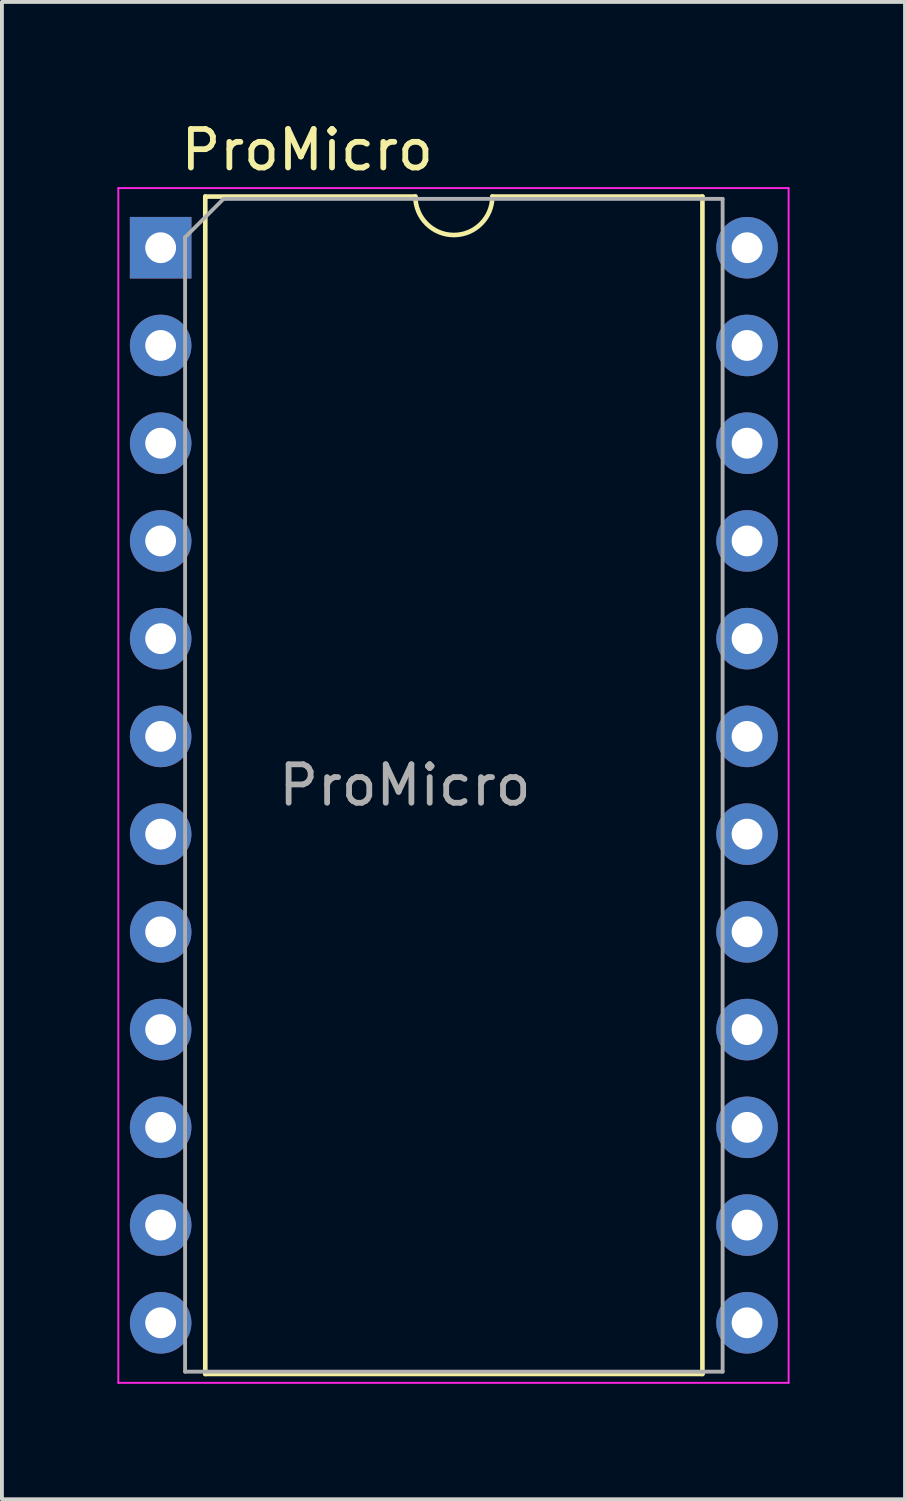
<source format=kicad_pcb>
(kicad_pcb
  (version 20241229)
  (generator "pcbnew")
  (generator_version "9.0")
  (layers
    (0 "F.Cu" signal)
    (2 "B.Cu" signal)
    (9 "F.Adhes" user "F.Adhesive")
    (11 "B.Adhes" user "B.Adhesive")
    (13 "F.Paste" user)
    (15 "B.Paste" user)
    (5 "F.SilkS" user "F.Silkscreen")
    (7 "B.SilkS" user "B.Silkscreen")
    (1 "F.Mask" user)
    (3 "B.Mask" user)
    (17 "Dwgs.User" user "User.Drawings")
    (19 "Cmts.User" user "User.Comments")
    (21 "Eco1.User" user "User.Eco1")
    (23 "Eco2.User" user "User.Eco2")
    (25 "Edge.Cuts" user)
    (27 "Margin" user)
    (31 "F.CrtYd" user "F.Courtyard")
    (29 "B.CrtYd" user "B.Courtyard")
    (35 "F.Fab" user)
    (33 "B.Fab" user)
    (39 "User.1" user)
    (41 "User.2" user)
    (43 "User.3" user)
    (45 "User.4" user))
  (footprint "ProMicro"
    (layer "F.Cu")
    (at 8.745 16.088)
    (property "Reference" "ProMicro" (at -3.81 -15.24 0) (layer "F.SilkS") (effects (font (size 1 1) (thickness 0.15))))
    (attr through_hole)
    (fp_line (start -6.46 -14.03) (end -6.46 16.57) (stroke (width 0.12) (type solid)) (layer "F.SilkS"))
    (fp_line (start -6.46 16.57) (end 6.46 16.57) (stroke (width 0.12) (type solid)) (layer "F.SilkS"))
    (fp_line (start -1 -14.03) (end -6.46 -14.03) (stroke (width 0.12) (type solid)) (layer "F.SilkS"))
    (fp_line (start 6.46 -14.03) (end 1 -14.03) (stroke (width 0.12) (type solid)) (layer "F.SilkS"))
    (fp_line (start 6.46 16.57) (end 6.46 -14.03) (stroke (width 0.12) (type solid)) (layer "F.SilkS"))
    (fp_arc (start 1 -14.03) (mid 0 -13.03) (end -1 -14.03) (stroke (width 0.12) (type solid)) (layer "F.SilkS"))
    (fp_line (start -8.72 -14.25) (end -8.72 16.8) (stroke (width 0.05) (type solid)) (layer "F.CrtYd"))
    (fp_line (start -8.72 16.8) (end 8.7 16.8) (stroke (width 0.05) (type solid)) (layer "F.CrtYd"))
    (fp_line (start 8.7 -14.25) (end -8.72 -14.25) (stroke (width 0.05) (type solid)) (layer "F.CrtYd"))
    (fp_line (start 8.7 16.8) (end 8.7 -14.25) (stroke (width 0.05) (type solid)) (layer "F.CrtYd"))
    (fp_line (start -6.985 -12.97) (end -5.985 -13.97) (stroke (width 0.1) (type solid)) (layer "F.Fab"))
    (fp_line (start -6.985 16.51) (end -6.985 -12.97) (stroke (width 0.1) (type solid)) (layer "F.Fab"))
    (fp_line (start -5.985 -13.97) (end 6.985 -13.97) (stroke (width 0.1) (type solid)) (layer "F.Fab"))
    (fp_line (start 6.985 -13.97) (end 6.985 16.51) (stroke (width 0.1) (type solid)) (layer "F.Fab"))
    (fp_line (start 6.985 16.51) (end -6.985 16.51) (stroke (width 0.1) (type solid)) (layer "F.Fab"))
    (fp_text user "${REFERENCE}" (at -1.27 1.27 0) (layer "F.Fab") (effects (font (size 1 1) (thickness 0.15))))
    (pad "1" thru_hole rect (at -7.62 -12.7) (size 1.6 1.6) (drill 0.8) (layers "*.Cu" "*.Mask"))
    (pad "2" thru_hole oval (at -7.62 -10.16) (size 1.6 1.6) (drill 0.8) (layers "*.Cu" "*.Mask"))
    (pad "3" thru_hole oval (at -7.62 -7.62) (size 1.6 1.6) (drill 0.8) (layers "*.Cu" "*.Mask"))
    (pad "4" thru_hole oval (at -7.62 -5.08) (size 1.6 1.6) (drill 0.8) (layers "*.Cu" "*.Mask"))
    (pad "5" thru_hole oval (at -7.62 -2.54) (size 1.6 1.6) (drill 0.8) (layers "*.Cu" "*.Mask"))
    (pad "6" thru_hole oval (at -7.62 0) (size 1.6 1.6) (drill 0.8) (layers "*.Cu" "*.Mask"))
    (pad "7" thru_hole oval (at -7.62 2.54) (size 1.6 1.6) (drill 0.8) (layers "*.Cu" "*.Mask"))
    (pad "8" thru_hole oval (at -7.62 5.08) (size 1.6 1.6) (drill 0.8) (layers "*.Cu" "*.Mask"))
    (pad "9" thru_hole oval (at -7.62 7.62) (size 1.6 1.6) (drill 0.8) (layers "*.Cu" "*.Mask"))
    (pad "10" thru_hole oval (at -7.62 10.16) (size 1.6 1.6) (drill 0.8) (layers "*.Cu" "*.Mask"))
    (pad "11" thru_hole oval (at -7.62 12.7) (size 1.6 1.6) (drill 0.8) (layers "*.Cu" "*.Mask"))
    (pad "12" thru_hole oval (at -7.62 15.24) (size 1.6 1.6) (drill 0.8) (layers "*.Cu" "*.Mask"))
    (pad "13" thru_hole oval (at 7.62 15.24) (size 1.6 1.6) (drill 0.8) (layers "*.Cu" "*.Mask"))
    (pad "14" thru_hole oval (at 7.62 12.7) (size 1.6 1.6) (drill 0.8) (layers "*.Cu" "*.Mask"))
    (pad "15" thru_hole oval (at 7.62 10.16) (size 1.6 1.6) (drill 0.8) (layers "*.Cu" "*.Mask"))
    (pad "16" thru_hole oval (at 7.62 7.62) (size 1.6 1.6) (drill 0.8) (layers "*.Cu" "*.Mask"))
    (pad "17" thru_hole oval (at 7.62 5.08) (size 1.6 1.6) (drill 0.8) (layers "*.Cu" "*.Mask"))
    (pad "18" thru_hole oval (at 7.62 2.54) (size 1.6 1.6) (drill 0.8) (layers "*.Cu" "*.Mask"))
    (pad "19" thru_hole oval (at 7.62 0) (size 1.6 1.6) (drill 0.8) (layers "*.Cu" "*.Mask"))
    (pad "20" thru_hole oval (at 7.62 -2.54) (size 1.6 1.6) (drill 0.8) (layers "*.Cu" "*.Mask"))
    (pad "21" thru_hole oval (at 7.62 -5.08) (size 1.6 1.6) (drill 0.8) (layers "*.Cu" "*.Mask"))
    (pad "22" thru_hole oval (at 7.62 -7.62) (size 1.6 1.6) (drill 0.8) (layers "*.Cu" "*.Mask"))
    (pad "23" thru_hole oval (at 7.62 -10.16) (size 1.6 1.6) (drill 0.8) (layers "*.Cu" "*.Mask"))
    (pad "24" thru_hole oval (at 7.62 -12.7) (size 1.6 1.6) (drill 0.8) (layers "*.Cu" "*.Mask")))
  (gr_rect
    (start -3 -3)
    (end 20.47 35.913)
    (stroke (width 0.1) (type default))
    (fill no)
    (layer "Edge.Cuts")))
</source>
